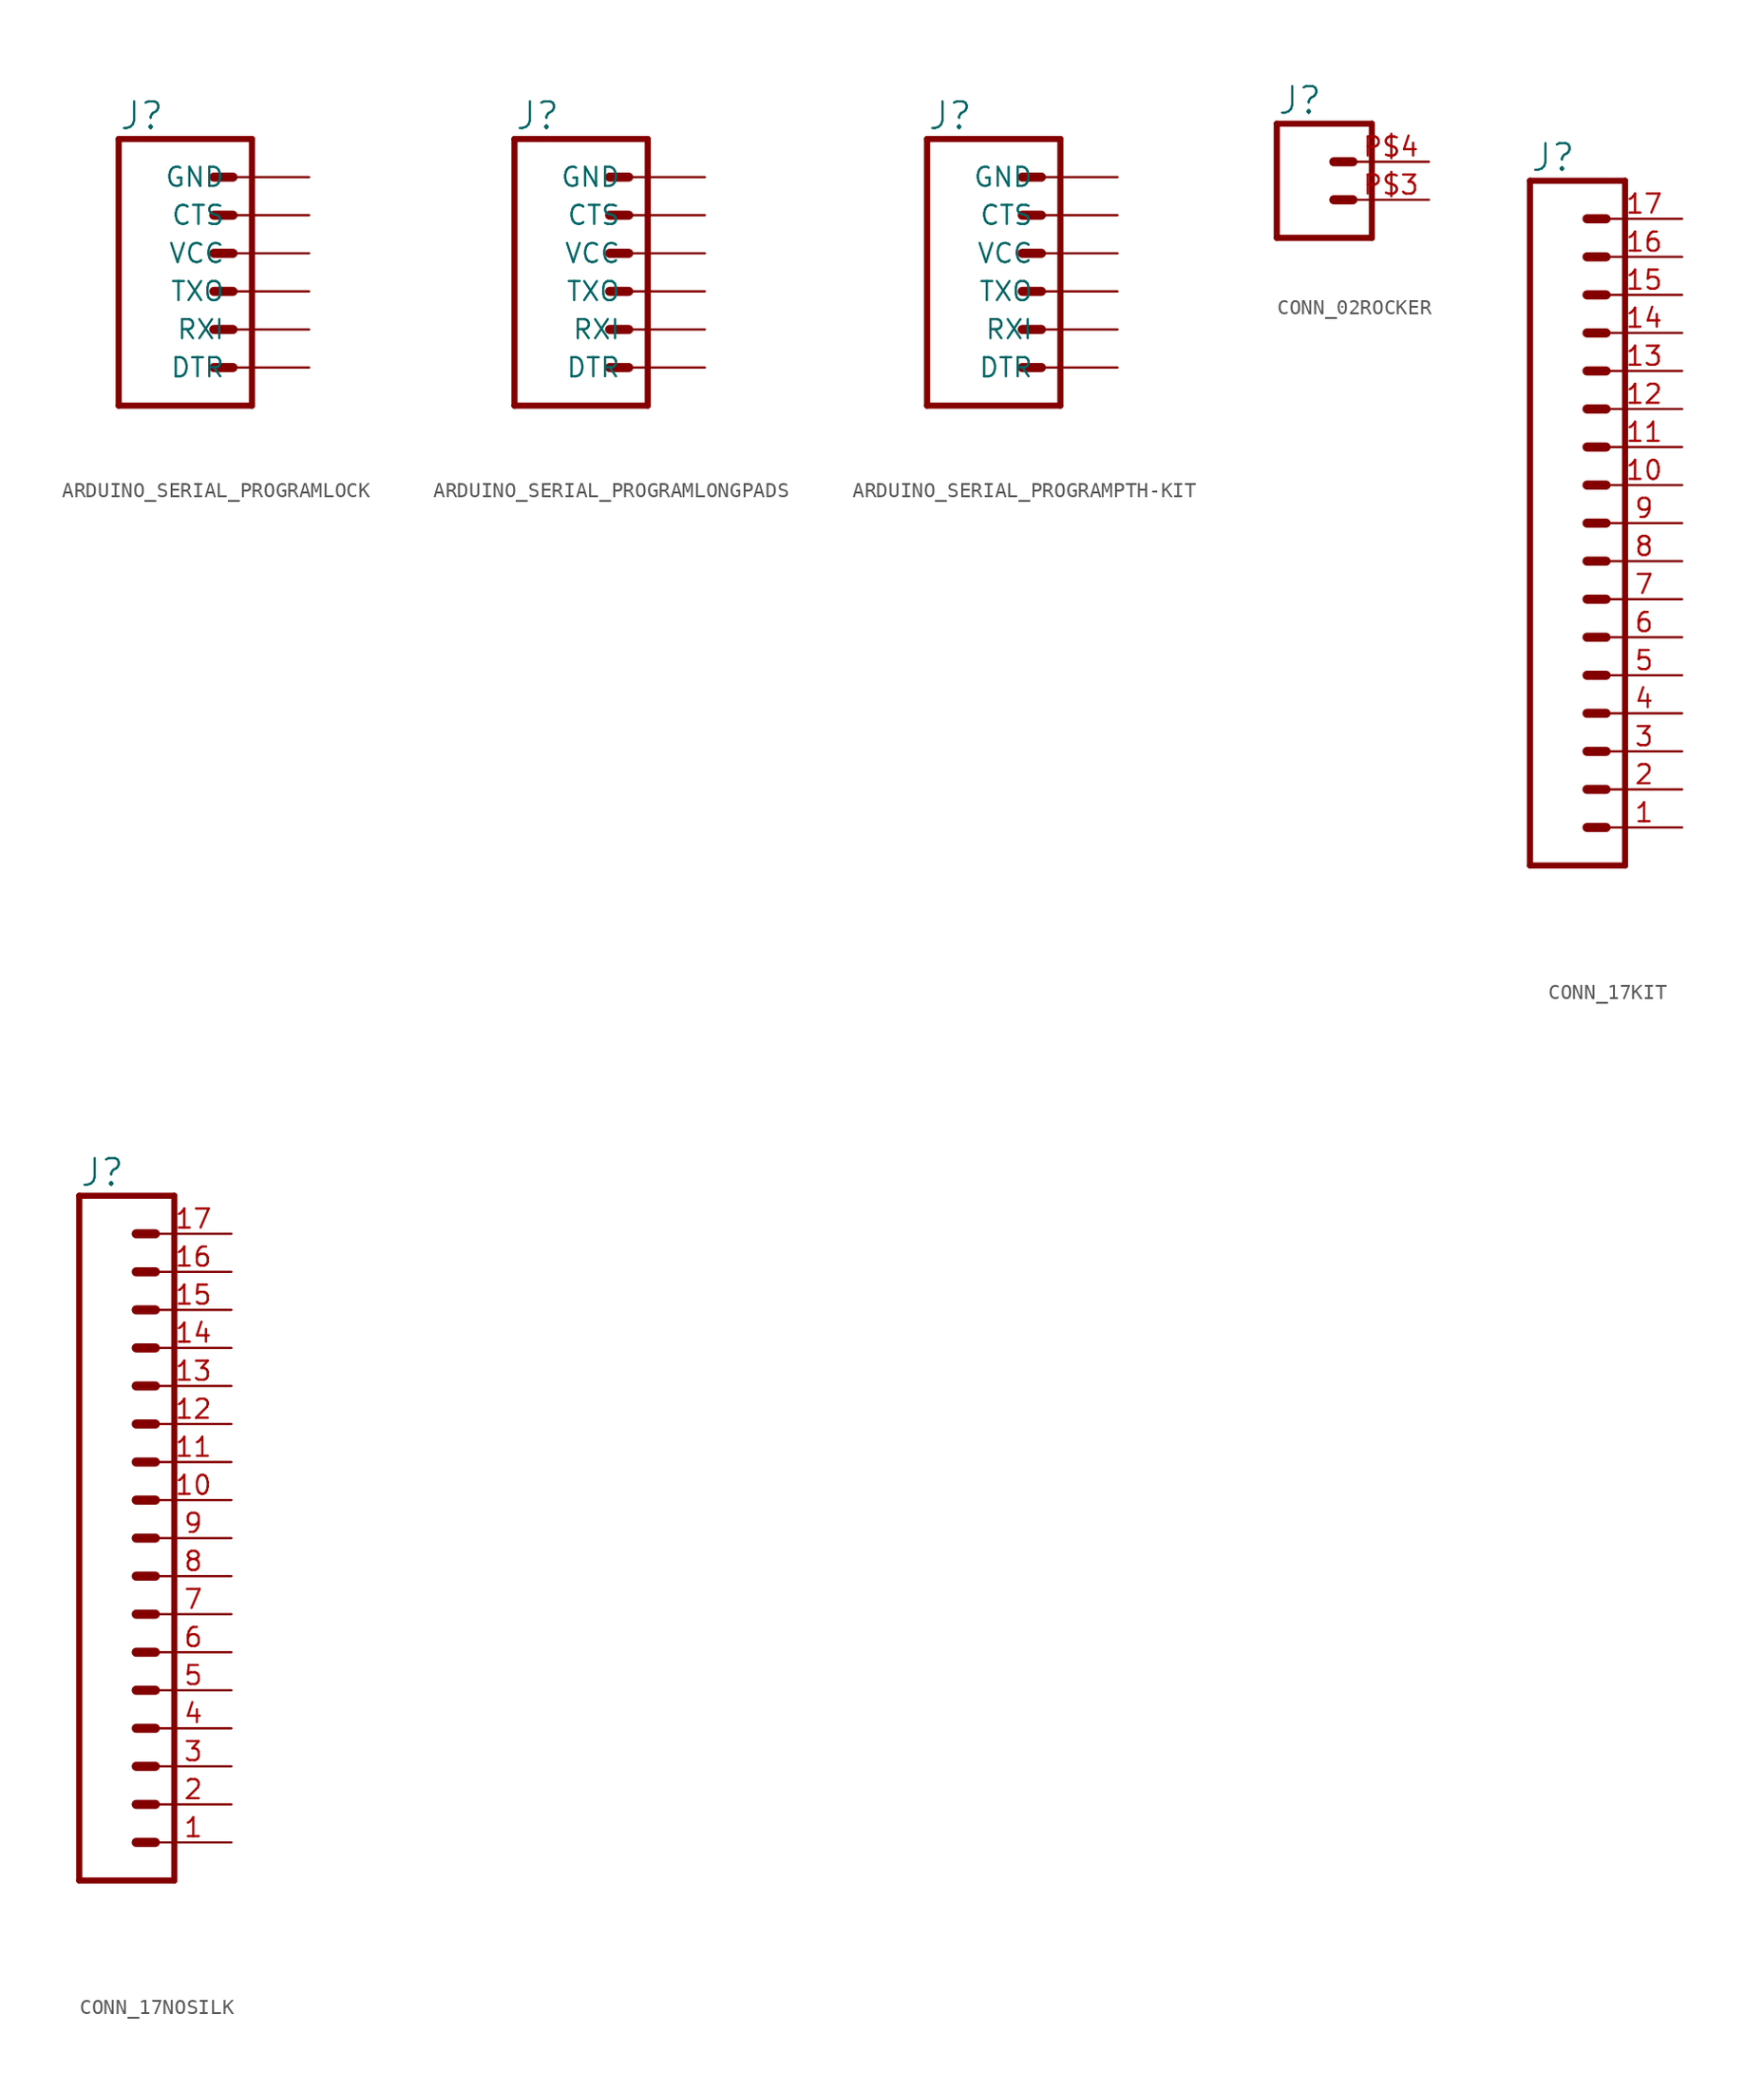
<source format=kicad_sym>
(kicad_symbol_lib
  (version 20220914)
  (generator kicad_symbol_editor)
  (symbol "ARDUINO_SERIAL_PROGRAMLOCK"
    (property "Reference" "J"
      (at -7.62 10.668 0)
      (effects (font (size 1.778 1.778)) (justify left bottom)))
    (property "Value" ""
      (at -7.62 -9.906 0)
      (effects (font (size 1.778 1.778)) (justify left bottom)))
    (property "ki_locked" ""
      (at 0 0 0)
      (effects (font (size 1.27 1.27))))
    (symbol "ARDUINO_SERIAL_PROGRAMLOCK_1_0"
      (polyline (pts (xy -7.62 10.16) (xy -7.62 -7.62)) (stroke (width 0.406) (type solid)) (fill (type none)))
      (polyline (pts (xy -7.62 10.16) (xy 1.27 10.16)) (stroke (width 0.406) (type solid)) (fill (type none)))
      (polyline (pts (xy -1.27 -5.08) (xy 0 -5.08)) (stroke (width 0.61) (type solid)) (fill (type none)))
      (polyline (pts (xy -1.27 -2.54) (xy 0 -2.54)) (stroke (width 0.61) (type solid)) (fill (type none)))
      (polyline (pts (xy -1.27 0) (xy 0 0)) (stroke (width 0.61) (type solid)) (fill (type none)))
      (polyline (pts (xy -1.27 2.54) (xy 0 2.54)) (stroke (width 0.61) (type solid)) (fill (type none)))
      (polyline (pts (xy -1.27 5.08) (xy 0 5.08)) (stroke (width 0.61) (type solid)) (fill (type none)))
      (polyline (pts (xy -1.27 7.62) (xy 0 7.62)) (stroke (width 0.61) (type solid)) (fill (type none)))
      (polyline (pts (xy 1.27 -7.62) (xy -7.62 -7.62)) (stroke (width 0.406) (type solid)) (fill (type none)))
      (polyline (pts (xy 1.27 -7.62) (xy 1.27 10.16)) (stroke (width 0.406) (type solid)) (fill (type none)))
      (pin passive line (at 5.08 -5.08 180) (length 5.08) (name "DTR" (effects (font (size 1.27 1.27)))) (number "1" (effects (font (size 0 0)))))
      (pin passive line (at 5.08 -2.54 180) (length 5.08) (name "RXI" (effects (font (size 1.27 1.27)))) (number "2" (effects (font (size 0 0)))))
      (pin passive line (at 5.08 0 180) (length 5.08) (name "TXO" (effects (font (size 1.27 1.27)))) (number "3" (effects (font (size 0 0)))))
      (pin passive line (at 5.08 2.54 180) (length 5.08) (name "VCC" (effects (font (size 1.27 1.27)))) (number "4" (effects (font (size 0 0)))))
      (pin passive line (at 5.08 5.08 180) (length 5.08) (name "CTS" (effects (font (size 1.27 1.27)))) (number "5" (effects (font (size 0 0)))))
      (pin passive line (at 5.08 7.62 180) (length 5.08) (name "GND" (effects (font (size 1.27 1.27)))) (number "6" (effects (font (size 0 0)))))))
  (symbol "ARDUINO_SERIAL_PROGRAMLONGPADS"
    (property "Reference" "J"
      (at -7.62 10.668 0)
      (effects (font (size 1.778 1.778)) (justify left bottom)))
    (property "Value" ""
      (at -7.62 -9.906 0)
      (effects (font (size 1.778 1.778)) (justify left bottom)))
    (property "ki_locked" ""
      (at 0 0 0)
      (effects (font (size 1.27 1.27))))
    (symbol "ARDUINO_SERIAL_PROGRAMLONGPADS_1_0"
      (polyline (pts (xy -7.62 10.16) (xy -7.62 -7.62)) (stroke (width 0.406) (type solid)) (fill (type none)))
      (polyline (pts (xy -7.62 10.16) (xy 1.27 10.16)) (stroke (width 0.406) (type solid)) (fill (type none)))
      (polyline (pts (xy -1.27 -5.08) (xy 0 -5.08)) (stroke (width 0.61) (type solid)) (fill (type none)))
      (polyline (pts (xy -1.27 -2.54) (xy 0 -2.54)) (stroke (width 0.61) (type solid)) (fill (type none)))
      (polyline (pts (xy -1.27 0) (xy 0 0)) (stroke (width 0.61) (type solid)) (fill (type none)))
      (polyline (pts (xy -1.27 2.54) (xy 0 2.54)) (stroke (width 0.61) (type solid)) (fill (type none)))
      (polyline (pts (xy -1.27 5.08) (xy 0 5.08)) (stroke (width 0.61) (type solid)) (fill (type none)))
      (polyline (pts (xy -1.27 7.62) (xy 0 7.62)) (stroke (width 0.61) (type solid)) (fill (type none)))
      (polyline (pts (xy 1.27 -7.62) (xy -7.62 -7.62)) (stroke (width 0.406) (type solid)) (fill (type none)))
      (polyline (pts (xy 1.27 -7.62) (xy 1.27 10.16)) (stroke (width 0.406) (type solid)) (fill (type none)))
      (pin passive line (at 5.08 -5.08 180) (length 5.08) (name "DTR" (effects (font (size 1.27 1.27)))) (number "1" (effects (font (size 0 0)))))
      (pin passive line (at 5.08 -2.54 180) (length 5.08) (name "RXI" (effects (font (size 1.27 1.27)))) (number "2" (effects (font (size 0 0)))))
      (pin passive line (at 5.08 0 180) (length 5.08) (name "TXO" (effects (font (size 1.27 1.27)))) (number "3" (effects (font (size 0 0)))))
      (pin passive line (at 5.08 2.54 180) (length 5.08) (name "VCC" (effects (font (size 1.27 1.27)))) (number "4" (effects (font (size 0 0)))))
      (pin passive line (at 5.08 5.08 180) (length 5.08) (name "CTS" (effects (font (size 1.27 1.27)))) (number "5" (effects (font (size 0 0)))))
      (pin passive line (at 5.08 7.62 180) (length 5.08) (name "GND" (effects (font (size 1.27 1.27)))) (number "6" (effects (font (size 0 0)))))))
  (symbol "ARDUINO_SERIAL_PROGRAMPTH-KIT"
    (property "Reference" "J"
      (at -7.62 10.668 0)
      (effects (font (size 1.778 1.778)) (justify left bottom)))
    (property "Value" ""
      (at -7.62 -9.906 0)
      (effects (font (size 1.778 1.778)) (justify left bottom)))
    (property "ki_locked" ""
      (at 0 0 0)
      (effects (font (size 1.27 1.27))))
    (symbol "ARDUINO_SERIAL_PROGRAMPTH-KIT_1_0"
      (polyline (pts (xy -7.62 10.16) (xy -7.62 -7.62)) (stroke (width 0.406) (type solid)) (fill (type none)))
      (polyline (pts (xy -7.62 10.16) (xy 1.27 10.16)) (stroke (width 0.406) (type solid)) (fill (type none)))
      (polyline (pts (xy -1.27 -5.08) (xy 0 -5.08)) (stroke (width 0.61) (type solid)) (fill (type none)))
      (polyline (pts (xy -1.27 -2.54) (xy 0 -2.54)) (stroke (width 0.61) (type solid)) (fill (type none)))
      (polyline (pts (xy -1.27 0) (xy 0 0)) (stroke (width 0.61) (type solid)) (fill (type none)))
      (polyline (pts (xy -1.27 2.54) (xy 0 2.54)) (stroke (width 0.61) (type solid)) (fill (type none)))
      (polyline (pts (xy -1.27 5.08) (xy 0 5.08)) (stroke (width 0.61) (type solid)) (fill (type none)))
      (polyline (pts (xy -1.27 7.62) (xy 0 7.62)) (stroke (width 0.61) (type solid)) (fill (type none)))
      (polyline (pts (xy 1.27 -7.62) (xy -7.62 -7.62)) (stroke (width 0.406) (type solid)) (fill (type none)))
      (polyline (pts (xy 1.27 -7.62) (xy 1.27 10.16)) (stroke (width 0.406) (type solid)) (fill (type none)))
      (pin passive line (at 5.08 -5.08 180) (length 5.08) (name "DTR" (effects (font (size 1.27 1.27)))) (number "1" (effects (font (size 0 0)))))
      (pin passive line (at 5.08 -2.54 180) (length 5.08) (name "RXI" (effects (font (size 1.27 1.27)))) (number "2" (effects (font (size 0 0)))))
      (pin passive line (at 5.08 0 180) (length 5.08) (name "TXO" (effects (font (size 1.27 1.27)))) (number "3" (effects (font (size 0 0)))))
      (pin passive line (at 5.08 2.54 180) (length 5.08) (name "VCC" (effects (font (size 1.27 1.27)))) (number "4" (effects (font (size 0 0)))))
      (pin passive line (at 5.08 5.08 180) (length 5.08) (name "CTS" (effects (font (size 1.27 1.27)))) (number "5" (effects (font (size 0 0)))))
      (pin passive line (at 5.08 7.62 180) (length 5.08) (name "GND" (effects (font (size 1.27 1.27)))) (number "6" (effects (font (size 0 0)))))))
  (symbol "CONN_02ROCKER"
    (property "Reference" "J"
      (at -2.54 5.588 0)
      (effects (font (size 1.778 1.778)) (justify left bottom)))
    (property "Value" ""
      (at -2.54 -4.826 0)
      (effects (font (size 1.778 1.778)) (justify left bottom)))
    (property "ki_locked" ""
      (at 0 0 0)
      (effects (font (size 1.27 1.27))))
    (symbol "CONN_02ROCKER_1_0"
      (polyline (pts (xy -2.54 5.08) (xy -2.54 -2.54)) (stroke (width 0.406) (type solid)) (fill (type none)))
      (polyline (pts (xy -2.54 5.08) (xy 3.81 5.08)) (stroke (width 0.406) (type solid)) (fill (type none)))
      (polyline (pts (xy 1.27 0) (xy 2.54 0)) (stroke (width 0.61) (type solid)) (fill (type none)))
      (polyline (pts (xy 1.27 2.54) (xy 2.54 2.54)) (stroke (width 0.61) (type solid)) (fill (type none)))
      (polyline (pts (xy 3.81 -2.54) (xy -2.54 -2.54)) (stroke (width 0.406) (type solid)) (fill (type none)))
      (polyline (pts (xy 3.81 -2.54) (xy 3.81 5.08)) (stroke (width 0.406) (type solid)) (fill (type none)))
      (pin passive line (at 7.62 0 180) (length 5.08) (name "1" (effects (font (size 0 0)))) (number "P$3" (effects (font (size 1.27 1.27)))))
      (pin passive line (at 7.62 2.54 180) (length 5.08) (name "2" (effects (font (size 0 0)))) (number "P$4" (effects (font (size 1.27 1.27)))))))
  (symbol "CONN_17KIT"
    (property "Reference" "J"
      (at 0 23.368 0)
      (effects (font (size 1.778 1.778)) (justify left bottom)))
    (property "Value" ""
      (at 0 -25.146 0)
      (effects (font (size 1.778 1.778)) (justify left bottom)))
    (property "ki_locked" ""
      (at 0 0 0)
      (effects (font (size 1.27 1.27))))
    (symbol "CONN_17KIT_1_0"
      (polyline (pts (xy 0 22.86) (xy 0 -22.86)) (stroke (width 0.406) (type solid)) (fill (type none)))
      (polyline (pts (xy 0 22.86) (xy 6.35 22.86)) (stroke (width 0.406) (type solid)) (fill (type none)))
      (polyline (pts (xy 3.81 -20.32) (xy 5.08 -20.32)) (stroke (width 0.61) (type solid)) (fill (type none)))
      (polyline (pts (xy 3.81 -17.78) (xy 5.08 -17.78)) (stroke (width 0.61) (type solid)) (fill (type none)))
      (polyline (pts (xy 3.81 -15.24) (xy 5.08 -15.24)) (stroke (width 0.61) (type solid)) (fill (type none)))
      (polyline (pts (xy 3.81 -12.7) (xy 5.08 -12.7)) (stroke (width 0.61) (type solid)) (fill (type none)))
      (polyline (pts (xy 3.81 -10.16) (xy 5.08 -10.16)) (stroke (width 0.61) (type solid)) (fill (type none)))
      (polyline (pts (xy 3.81 -7.62) (xy 5.08 -7.62)) (stroke (width 0.61) (type solid)) (fill (type none)))
      (polyline (pts (xy 3.81 -5.08) (xy 5.08 -5.08)) (stroke (width 0.61) (type solid)) (fill (type none)))
      (polyline (pts (xy 3.81 -2.54) (xy 5.08 -2.54)) (stroke (width 0.61) (type solid)) (fill (type none)))
      (polyline (pts (xy 3.81 0) (xy 5.08 0)) (stroke (width 0.61) (type solid)) (fill (type none)))
      (polyline (pts (xy 3.81 2.54) (xy 5.08 2.54)) (stroke (width 0.61) (type solid)) (fill (type none)))
      (polyline (pts (xy 3.81 5.08) (xy 5.08 5.08)) (stroke (width 0.61) (type solid)) (fill (type none)))
      (polyline (pts (xy 3.81 7.62) (xy 5.08 7.62)) (stroke (width 0.61) (type solid)) (fill (type none)))
      (polyline (pts (xy 3.81 10.16) (xy 5.08 10.16)) (stroke (width 0.61) (type solid)) (fill (type none)))
      (polyline (pts (xy 3.81 12.7) (xy 5.08 12.7)) (stroke (width 0.61) (type solid)) (fill (type none)))
      (polyline (pts (xy 3.81 15.24) (xy 5.08 15.24)) (stroke (width 0.61) (type solid)) (fill (type none)))
      (polyline (pts (xy 3.81 17.78) (xy 5.08 17.78)) (stroke (width 0.61) (type solid)) (fill (type none)))
      (polyline (pts (xy 3.81 20.32) (xy 5.08 20.32)) (stroke (width 0.61) (type solid)) (fill (type none)))
      (polyline (pts (xy 6.35 -22.86) (xy 0 -22.86)) (stroke (width 0.406) (type solid)) (fill (type none)))
      (polyline (pts (xy 6.35 -22.86) (xy 6.35 22.86)) (stroke (width 0.406) (type solid)) (fill (type none)))
      (pin passive line (at 10.16 -20.32 180) (length 5.08) (name "1" (effects (font (size 0 0)))) (number "1" (effects (font (size 1.27 1.27)))))
      (pin passive line (at 10.16 2.54 180) (length 5.08) (name "10" (effects (font (size 0 0)))) (number "10" (effects (font (size 1.27 1.27)))))
      (pin passive line (at 10.16 5.08 180) (length 5.08) (name "11" (effects (font (size 0 0)))) (number "11" (effects (font (size 1.27 1.27)))))
      (pin passive line (at 10.16 7.62 180) (length 5.08) (name "12" (effects (font (size 0 0)))) (number "12" (effects (font (size 1.27 1.27)))))
      (pin passive line (at 10.16 10.16 180) (length 5.08) (name "13" (effects (font (size 0 0)))) (number "13" (effects (font (size 1.27 1.27)))))
      (pin passive line (at 10.16 12.7 180) (length 5.08) (name "14" (effects (font (size 0 0)))) (number "14" (effects (font (size 1.27 1.27)))))
      (pin passive line (at 10.16 15.24 180) (length 5.08) (name "15" (effects (font (size 0 0)))) (number "15" (effects (font (size 1.27 1.27)))))
      (pin passive line (at 10.16 17.78 180) (length 5.08) (name "16" (effects (font (size 0 0)))) (number "16" (effects (font (size 1.27 1.27)))))
      (pin passive line (at 10.16 20.32 180) (length 5.08) (name "17" (effects (font (size 0 0)))) (number "17" (effects (font (size 1.27 1.27)))))
      (pin passive line (at 10.16 -17.78 180) (length 5.08) (name "2" (effects (font (size 0 0)))) (number "2" (effects (font (size 1.27 1.27)))))
      (pin passive line (at 10.16 -15.24 180) (length 5.08) (name "3" (effects (font (size 0 0)))) (number "3" (effects (font (size 1.27 1.27)))))
      (pin passive line (at 10.16 -12.7 180) (length 5.08) (name "4" (effects (font (size 0 0)))) (number "4" (effects (font (size 1.27 1.27)))))
      (pin passive line (at 10.16 -10.16 180) (length 5.08) (name "5" (effects (font (size 0 0)))) (number "5" (effects (font (size 1.27 1.27)))))
      (pin passive line (at 10.16 -7.62 180) (length 5.08) (name "6" (effects (font (size 0 0)))) (number "6" (effects (font (size 1.27 1.27)))))
      (pin passive line (at 10.16 -5.08 180) (length 5.08) (name "7" (effects (font (size 0 0)))) (number "7" (effects (font (size 1.27 1.27)))))
      (pin passive line (at 10.16 -2.54 180) (length 5.08) (name "8" (effects (font (size 0 0)))) (number "8" (effects (font (size 1.27 1.27)))))
      (pin passive line (at 10.16 0 180) (length 5.08) (name "9" (effects (font (size 0 0)))) (number "9" (effects (font (size 1.27 1.27)))))))
  (symbol "CONN_17NOSILK"
    (property "Reference" "J"
      (at 0 23.368 0)
      (effects (font (size 1.778 1.778)) (justify left bottom)))
    (property "Value" ""
      (at 0 -25.146 0)
      (effects (font (size 1.778 1.778)) (justify left bottom)))
    (property "ki_locked" ""
      (at 0 0 0)
      (effects (font (size 1.27 1.27))))
    (symbol "CONN_17NOSILK_1_0"
      (polyline (pts (xy 0 22.86) (xy 0 -22.86)) (stroke (width 0.406) (type solid)) (fill (type none)))
      (polyline (pts (xy 0 22.86) (xy 6.35 22.86)) (stroke (width 0.406) (type solid)) (fill (type none)))
      (polyline (pts (xy 3.81 -20.32) (xy 5.08 -20.32)) (stroke (width 0.61) (type solid)) (fill (type none)))
      (polyline (pts (xy 3.81 -17.78) (xy 5.08 -17.78)) (stroke (width 0.61) (type solid)) (fill (type none)))
      (polyline (pts (xy 3.81 -15.24) (xy 5.08 -15.24)) (stroke (width 0.61) (type solid)) (fill (type none)))
      (polyline (pts (xy 3.81 -12.7) (xy 5.08 -12.7)) (stroke (width 0.61) (type solid)) (fill (type none)))
      (polyline (pts (xy 3.81 -10.16) (xy 5.08 -10.16)) (stroke (width 0.61) (type solid)) (fill (type none)))
      (polyline (pts (xy 3.81 -7.62) (xy 5.08 -7.62)) (stroke (width 0.61) (type solid)) (fill (type none)))
      (polyline (pts (xy 3.81 -5.08) (xy 5.08 -5.08)) (stroke (width 0.61) (type solid)) (fill (type none)))
      (polyline (pts (xy 3.81 -2.54) (xy 5.08 -2.54)) (stroke (width 0.61) (type solid)) (fill (type none)))
      (polyline (pts (xy 3.81 0) (xy 5.08 0)) (stroke (width 0.61) (type solid)) (fill (type none)))
      (polyline (pts (xy 3.81 2.54) (xy 5.08 2.54)) (stroke (width 0.61) (type solid)) (fill (type none)))
      (polyline (pts (xy 3.81 5.08) (xy 5.08 5.08)) (stroke (width 0.61) (type solid)) (fill (type none)))
      (polyline (pts (xy 3.81 7.62) (xy 5.08 7.62)) (stroke (width 0.61) (type solid)) (fill (type none)))
      (polyline (pts (xy 3.81 10.16) (xy 5.08 10.16)) (stroke (width 0.61) (type solid)) (fill (type none)))
      (polyline (pts (xy 3.81 12.7) (xy 5.08 12.7)) (stroke (width 0.61) (type solid)) (fill (type none)))
      (polyline (pts (xy 3.81 15.24) (xy 5.08 15.24)) (stroke (width 0.61) (type solid)) (fill (type none)))
      (polyline (pts (xy 3.81 17.78) (xy 5.08 17.78)) (stroke (width 0.61) (type solid)) (fill (type none)))
      (polyline (pts (xy 3.81 20.32) (xy 5.08 20.32)) (stroke (width 0.61) (type solid)) (fill (type none)))
      (polyline (pts (xy 6.35 -22.86) (xy 0 -22.86)) (stroke (width 0.406) (type solid)) (fill (type none)))
      (polyline (pts (xy 6.35 -22.86) (xy 6.35 22.86)) (stroke (width 0.406) (type solid)) (fill (type none)))
      (pin passive line (at 10.16 -20.32 180) (length 5.08) (name "1" (effects (font (size 0 0)))) (number "1" (effects (font (size 1.27 1.27)))))
      (pin passive line (at 10.16 2.54 180) (length 5.08) (name "10" (effects (font (size 0 0)))) (number "10" (effects (font (size 1.27 1.27)))))
      (pin passive line (at 10.16 5.08 180) (length 5.08) (name "11" (effects (font (size 0 0)))) (number "11" (effects (font (size 1.27 1.27)))))
      (pin passive line (at 10.16 7.62 180) (length 5.08) (name "12" (effects (font (size 0 0)))) (number "12" (effects (font (size 1.27 1.27)))))
      (pin passive line (at 10.16 10.16 180) (length 5.08) (name "13" (effects (font (size 0 0)))) (number "13" (effects (font (size 1.27 1.27)))))
      (pin passive line (at 10.16 12.7 180) (length 5.08) (name "14" (effects (font (size 0 0)))) (number "14" (effects (font (size 1.27 1.27)))))
      (pin passive line (at 10.16 15.24 180) (length 5.08) (name "15" (effects (font (size 0 0)))) (number "15" (effects (font (size 1.27 1.27)))))
      (pin passive line (at 10.16 17.78 180) (length 5.08) (name "16" (effects (font (size 0 0)))) (number "16" (effects (font (size 1.27 1.27)))))
      (pin passive line (at 10.16 20.32 180) (length 5.08) (name "17" (effects (font (size 0 0)))) (number "17" (effects (font (size 1.27 1.27)))))
      (pin passive line (at 10.16 -17.78 180) (length 5.08) (name "2" (effects (font (size 0 0)))) (number "2" (effects (font (size 1.27 1.27)))))
      (pin passive line (at 10.16 -15.24 180) (length 5.08) (name "3" (effects (font (size 0 0)))) (number "3" (effects (font (size 1.27 1.27)))))
      (pin passive line (at 10.16 -12.7 180) (length 5.08) (name "4" (effects (font (size 0 0)))) (number "4" (effects (font (size 1.27 1.27)))))
      (pin passive line (at 10.16 -10.16 180) (length 5.08) (name "5" (effects (font (size 0 0)))) (number "5" (effects (font (size 1.27 1.27)))))
      (pin passive line (at 10.16 -7.62 180) (length 5.08) (name "6" (effects (font (size 0 0)))) (number "6" (effects (font (size 1.27 1.27)))))
      (pin passive line (at 10.16 -5.08 180) (length 5.08) (name "7" (effects (font (size 0 0)))) (number "7" (effects (font (size 1.27 1.27)))))
      (pin passive line (at 10.16 -2.54 180) (length 5.08) (name "8" (effects (font (size 0 0)))) (number "8" (effects (font (size 1.27 1.27)))))
      (pin passive line (at 10.16 0 180) (length 5.08) (name "9" (effects (font (size 0 0)))) (number "9" (effects (font (size 1.27 1.27))))))))
</source>
